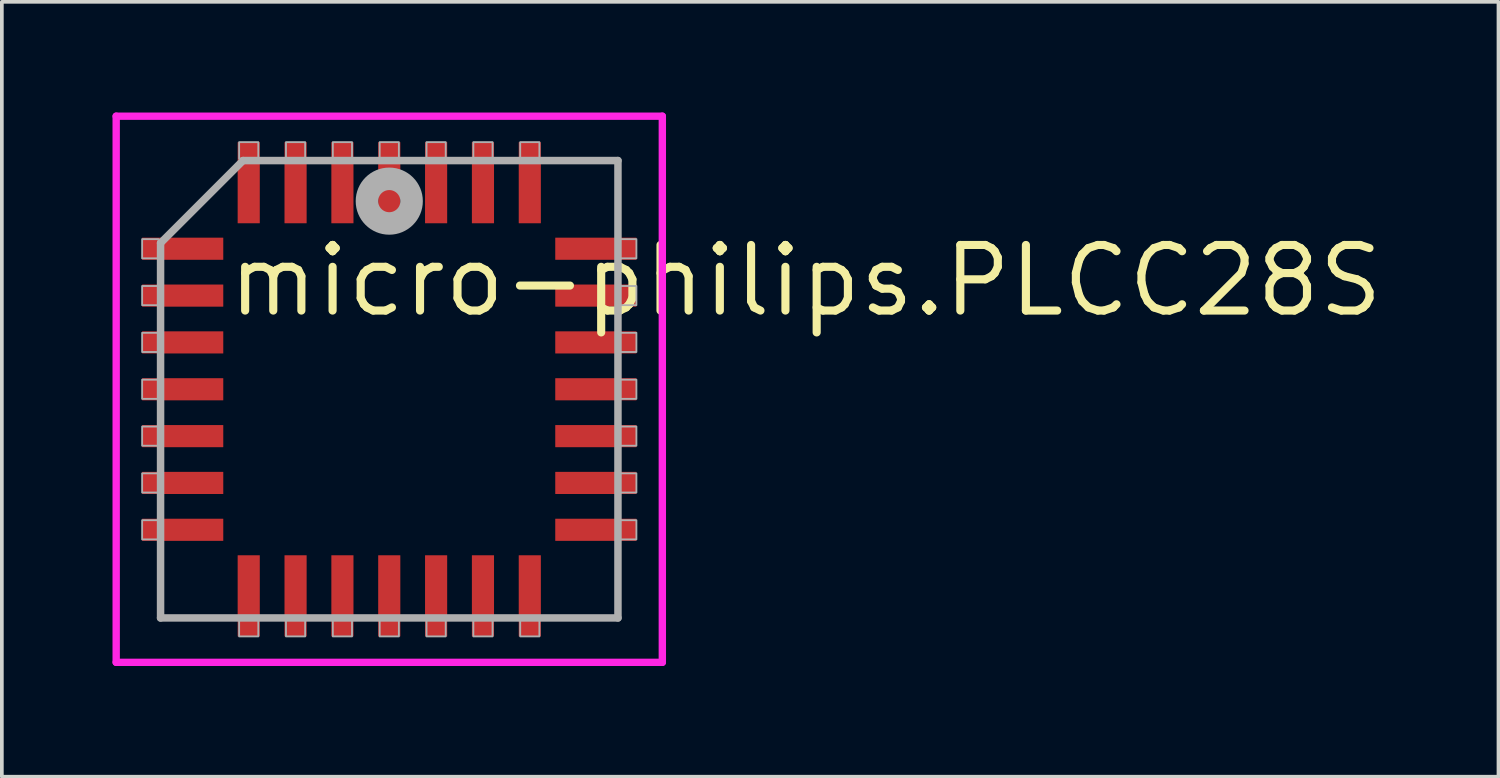
<source format=kicad_pcb>
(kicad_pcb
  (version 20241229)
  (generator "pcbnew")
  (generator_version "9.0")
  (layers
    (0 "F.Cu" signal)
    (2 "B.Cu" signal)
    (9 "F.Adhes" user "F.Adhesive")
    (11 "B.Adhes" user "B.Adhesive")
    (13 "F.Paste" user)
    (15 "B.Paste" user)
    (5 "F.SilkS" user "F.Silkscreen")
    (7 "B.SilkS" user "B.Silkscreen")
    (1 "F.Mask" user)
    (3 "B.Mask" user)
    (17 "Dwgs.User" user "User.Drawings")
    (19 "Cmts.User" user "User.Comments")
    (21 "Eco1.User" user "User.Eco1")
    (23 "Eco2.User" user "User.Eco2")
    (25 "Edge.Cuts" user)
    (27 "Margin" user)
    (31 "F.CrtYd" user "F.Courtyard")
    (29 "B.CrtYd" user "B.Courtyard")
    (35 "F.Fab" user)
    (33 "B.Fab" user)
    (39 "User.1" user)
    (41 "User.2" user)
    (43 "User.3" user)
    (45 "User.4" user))
  (footprint "micro-philips.PLCC28S"
    (layer "F.Cu")
    (at 7.503 7.503)
    (property "Reference" "micro-philips.PLCC28S" (at -4.475 -1.905 0) (layer "F.SilkS") (effects (font (size 1.778 1.778) (thickness 0.22)) (justify left bottom)))
    (attr smd)
    (fp_line (start -7.403 -7.403) (end 7.403 -7.403) (stroke (width 0.2) (type default)) (layer "F.CrtYd"))
    (fp_line (start -7.403 7.403) (end -7.403 -7.403) (stroke (width 0.2) (type default)) (layer "F.CrtYd"))
    (fp_line (start 7.403 -7.403) (end 7.403 7.403) (stroke (width 0.2) (type default)) (layer "F.CrtYd"))
    (fp_line (start 7.403 7.403) (end -7.403 7.403) (stroke (width 0.2) (type default)) (layer "F.CrtYd"))
    (fp_line (start -6.2 -3.965) (end -6.2 6.2) (stroke (width 0.203) (type default)) (layer "F.Fab"))
    (fp_line (start -6.2 6.2) (end 6.2 6.2) (stroke (width 0.203) (type default)) (layer "F.Fab"))
    (fp_line (start -3.965 -6.2) (end -6.2 -3.965) (stroke (width 0.203) (type default)) (layer "F.Fab"))
    (fp_line (start 6.2 -6.2) (end -3.965 -6.2) (stroke (width 0.203) (type default)) (layer "F.Fab"))
    (fp_line (start 6.2 6.2) (end 6.2 -6.2) (stroke (width 0.203) (type default)) (layer "F.Fab"))
    (fp_rect (start -6.7 -3.55) (end -6.25 -4.07) (stroke (width 0.05) (type default)) (fill no) (layer "F.Fab"))
    (fp_rect (start -6.7 -2.28) (end -6.25 -2.8) (stroke (width 0.05) (type default)) (fill no) (layer "F.Fab"))
    (fp_rect (start -6.7 -1.01) (end -6.25 -1.53) (stroke (width 0.05) (type default)) (fill no) (layer "F.Fab"))
    (fp_rect (start -6.7 0.26) (end -6.25 -0.26) (stroke (width 0.05) (type default)) (fill no) (layer "F.Fab"))
    (fp_rect (start -6.7 1.53) (end -6.25 1.01) (stroke (width 0.05) (type default)) (fill no) (layer "F.Fab"))
    (fp_rect (start -6.7 2.8) (end -6.25 2.28) (stroke (width 0.05) (type default)) (fill no) (layer "F.Fab"))
    (fp_rect (start -6.7 4.07) (end -6.25 3.55) (stroke (width 0.05) (type default)) (fill no) (layer "F.Fab"))
    (fp_rect (start -4.07 -6.25) (end -3.55 -6.7) (stroke (width 0.05) (type default)) (fill no) (layer "F.Fab"))
    (fp_rect (start -4.07 6.7) (end -3.55 6.25) (stroke (width 0.05) (type default)) (fill no) (layer "F.Fab"))
    (fp_rect (start -2.8 -6.25) (end -2.28 -6.7) (stroke (width 0.05) (type default)) (fill no) (layer "F.Fab"))
    (fp_rect (start -2.8 6.7) (end -2.28 6.25) (stroke (width 0.05) (type default)) (fill no) (layer "F.Fab"))
    (fp_rect (start -1.53 -6.25) (end -1.01 -6.7) (stroke (width 0.05) (type default)) (fill no) (layer "F.Fab"))
    (fp_rect (start -1.53 6.7) (end -1.01 6.25) (stroke (width 0.05) (type default)) (fill no) (layer "F.Fab"))
    (fp_rect (start -0.26 -6.25) (end 0.26 -6.7) (stroke (width 0.05) (type default)) (fill no) (layer "F.Fab"))
    (fp_rect (start -0.26 6.7) (end 0.26 6.25) (stroke (width 0.05) (type default)) (fill no) (layer "F.Fab"))
    (fp_rect (start 1.01 -6.25) (end 1.53 -6.7) (stroke (width 0.05) (type default)) (fill no) (layer "F.Fab"))
    (fp_rect (start 1.01 6.7) (end 1.53 6.25) (stroke (width 0.05) (type default)) (fill no) (layer "F.Fab"))
    (fp_rect (start 2.28 -6.25) (end 2.8 -6.7) (stroke (width 0.05) (type default)) (fill no) (layer "F.Fab"))
    (fp_rect (start 2.28 6.7) (end 2.8 6.25) (stroke (width 0.05) (type default)) (fill no) (layer "F.Fab"))
    (fp_rect (start 3.55 -6.25) (end 4.07 -6.7) (stroke (width 0.05) (type default)) (fill no) (layer "F.Fab"))
    (fp_rect (start 3.55 6.7) (end 4.07 6.25) (stroke (width 0.05) (type default)) (fill no) (layer "F.Fab"))
    (fp_rect (start 6.25 -3.55) (end 6.7 -4.07) (stroke (width 0.05) (type default)) (fill no) (layer "F.Fab"))
    (fp_rect (start 6.25 -2.28) (end 6.7 -2.8) (stroke (width 0.05) (type default)) (fill no) (layer "F.Fab"))
    (fp_rect (start 6.25 -1.01) (end 6.7 -1.53) (stroke (width 0.05) (type default)) (fill no) (layer "F.Fab"))
    (fp_rect (start 6.25 0.26) (end 6.7 -0.26) (stroke (width 0.05) (type default)) (fill no) (layer "F.Fab"))
    (fp_rect (start 6.25 1.53) (end 6.7 1.01) (stroke (width 0.05) (type default)) (fill no) (layer "F.Fab"))
    (fp_rect (start 6.25 2.8) (end 6.7 2.28) (stroke (width 0.05) (type default)) (fill no) (layer "F.Fab"))
    (fp_rect (start 6.25 4.07) (end 6.7 3.55) (stroke (width 0.05) (type default)) (fill no) (layer "F.Fab"))
    (fp_circle (center 0 -5.1) (end 0.3 -5.1) (stroke (width 0.61) (type default)) (fill no) (layer "F.Fab"))
    (pad "1" smd roundrect (at 0 -5.6) (size 0.6 2.2) (layers "F.Cu" "F.Mask" "F.Paste") (roundrect_rratio 0.01))
    (pad "2" smd roundrect (at -1.27 -5.6) (size 0.6 2.2) (layers "F.Cu" "F.Mask" "F.Paste") (roundrect_rratio 0.01))
    (pad "3" smd roundrect (at -2.54 -5.6) (size 0.6 2.2) (layers "F.Cu" "F.Mask" "F.Paste") (roundrect_rratio 0.01))
    (pad "4" smd roundrect (at -3.81 -5.6) (size 0.6 2.2) (layers "F.Cu" "F.Mask" "F.Paste") (roundrect_rratio 0.01))
    (pad "5" smd roundrect (at -5.6 -3.81) (size 2.2 0.6) (layers "F.Cu" "F.Mask" "F.Paste") (roundrect_rratio 0.01))
    (pad "6" smd roundrect (at -5.6 -2.54) (size 2.2 0.6) (layers "F.Cu" "F.Mask" "F.Paste") (roundrect_rratio 0.01))
    (pad "7" smd roundrect (at -5.6 -1.27) (size 2.2 0.6) (layers "F.Cu" "F.Mask" "F.Paste") (roundrect_rratio 0.01))
    (pad "8" smd roundrect (at -5.6 0) (size 2.2 0.6) (layers "F.Cu" "F.Mask" "F.Paste") (roundrect_rratio 0.01))
    (pad "9" smd roundrect (at -5.6 1.27) (size 2.2 0.6) (layers "F.Cu" "F.Mask" "F.Paste") (roundrect_rratio 0.01))
    (pad "10" smd roundrect (at -5.6 2.54) (size 2.2 0.6) (layers "F.Cu" "F.Mask" "F.Paste") (roundrect_rratio 0.01))
    (pad "11" smd roundrect (at -5.6 3.81) (size 2.2 0.6) (layers "F.Cu" "F.Mask" "F.Paste") (roundrect_rratio 0.01))
    (pad "12" smd roundrect (at -3.81 5.6) (size 0.6 2.2) (layers "F.Cu" "F.Mask" "F.Paste") (roundrect_rratio 0.01))
    (pad "13" smd roundrect (at -2.54 5.6) (size 0.6 2.2) (layers "F.Cu" "F.Mask" "F.Paste") (roundrect_rratio 0.01))
    (pad "14" smd roundrect (at -1.27 5.6) (size 0.6 2.2) (layers "F.Cu" "F.Mask" "F.Paste") (roundrect_rratio 0.01))
    (pad "15" smd roundrect (at 0 5.6) (size 0.6 2.2) (layers "F.Cu" "F.Mask" "F.Paste") (roundrect_rratio 0.01))
    (pad "16" smd roundrect (at 1.27 5.6) (size 0.6 2.2) (layers "F.Cu" "F.Mask" "F.Paste") (roundrect_rratio 0.01))
    (pad "17" smd roundrect (at 2.54 5.6) (size 0.6 2.2) (layers "F.Cu" "F.Mask" "F.Paste") (roundrect_rratio 0.01))
    (pad "18" smd roundrect (at 3.81 5.6) (size 0.6 2.2) (layers "F.Cu" "F.Mask" "F.Paste") (roundrect_rratio 0.01))
    (pad "19" smd roundrect (at 5.6 3.81) (size 2.2 0.6) (layers "F.Cu" "F.Mask" "F.Paste") (roundrect_rratio 0.01))
    (pad "20" smd roundrect (at 5.6 2.54) (size 2.2 0.6) (layers "F.Cu" "F.Mask" "F.Paste") (roundrect_rratio 0.01))
    (pad "21" smd roundrect (at 5.6 1.27) (size 2.2 0.6) (layers "F.Cu" "F.Mask" "F.Paste") (roundrect_rratio 0.01))
    (pad "22" smd roundrect (at 5.6 0) (size 2.2 0.6) (layers "F.Cu" "F.Mask" "F.Paste") (roundrect_rratio 0.01))
    (pad "23" smd roundrect (at 5.6 -1.27) (size 2.2 0.6) (layers "F.Cu" "F.Mask" "F.Paste") (roundrect_rratio 0.01))
    (pad "24" smd roundrect (at 5.6 -2.54) (size 2.2 0.6) (layers "F.Cu" "F.Mask" "F.Paste") (roundrect_rratio 0.01))
    (pad "25" smd roundrect (at 5.6 -3.81) (size 2.2 0.6) (layers "F.Cu" "F.Mask" "F.Paste") (roundrect_rratio 0.01))
    (pad "26" smd roundrect (at 3.81 -5.6) (size 0.6 2.2) (layers "F.Cu" "F.Mask" "F.Paste") (roundrect_rratio 0.01))
    (pad "27" smd roundrect (at 2.54 -5.6) (size 0.6 2.2) (layers "F.Cu" "F.Mask" "F.Paste") (roundrect_rratio 0.01))
    (pad "28" smd roundrect (at 1.27 -5.6) (size 0.6 2.2) (layers "F.Cu" "F.Mask" "F.Paste") (roundrect_rratio 0.01)))
  (gr_rect
    (start -3 -3)
    (end 37.574 18.006)
    (stroke (width 0.1) (type default))
    (fill no)
    (layer "Edge.Cuts")))
</source>
